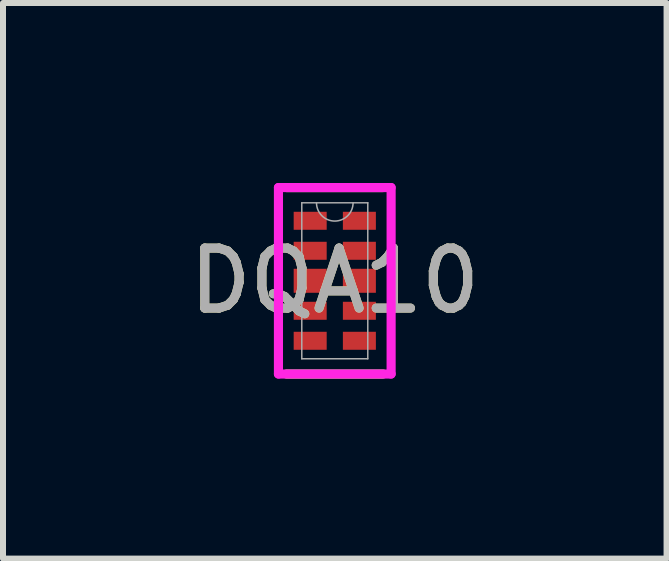
<source format=kicad_pcb>
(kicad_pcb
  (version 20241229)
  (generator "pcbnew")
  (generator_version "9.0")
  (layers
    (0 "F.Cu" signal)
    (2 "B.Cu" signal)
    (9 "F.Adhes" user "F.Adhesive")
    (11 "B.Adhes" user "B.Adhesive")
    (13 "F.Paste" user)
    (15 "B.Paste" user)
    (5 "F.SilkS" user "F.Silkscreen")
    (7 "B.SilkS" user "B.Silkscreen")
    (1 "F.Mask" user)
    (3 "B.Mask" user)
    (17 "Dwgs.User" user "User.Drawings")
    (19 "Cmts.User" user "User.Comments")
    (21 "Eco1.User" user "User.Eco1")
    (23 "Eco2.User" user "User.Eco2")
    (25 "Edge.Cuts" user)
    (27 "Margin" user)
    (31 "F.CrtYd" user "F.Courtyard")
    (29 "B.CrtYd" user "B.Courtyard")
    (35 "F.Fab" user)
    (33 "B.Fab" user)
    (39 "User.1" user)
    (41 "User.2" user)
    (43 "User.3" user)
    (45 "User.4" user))
  (footprint "DQA10"
    (layer "F.Cu")
    (at 2.53 1.63)
    (property "Reference" "DQA10" (at 0 0 0) (unlocked yes) (layer "F.SilkS") (effects (font (size 1 1) (thickness 0.15))))
    (attr smd)
    (fp_poly (pts (xy -0.735 -1.2) (xy -0.735 -0.8) (xy -0.085 -0.8) (xy -0.085 -1.2)) (stroke (width 0) (type solid)) (fill yes) (layer "F.Mask"))
    (fp_poly (pts (xy -0.735 -0.7) (xy -0.735 -0.3) (xy -0.085 -0.3) (xy -0.085 -0.7)) (stroke (width 0) (type solid)) (fill yes) (layer "F.Mask"))
    (fp_poly (pts (xy -0.735 -0.2) (xy -0.735 0.2) (xy -0.085 0.2) (xy -0.085 -0.2)) (stroke (width 0) (type solid)) (fill yes) (layer "F.Mask"))
    (fp_poly (pts (xy -0.735 0.3) (xy -0.735 0.7) (xy -0.085 0.7) (xy -0.085 0.3)) (stroke (width 0) (type solid)) (fill yes) (layer "F.Mask"))
    (fp_poly (pts (xy -0.735 0.8) (xy -0.735 1.2) (xy -0.085 1.2) (xy -0.085 0.8)) (stroke (width 0) (type solid)) (fill yes) (layer "F.Mask"))
    (fp_poly (pts (xy 0.085 -1.2) (xy 0.085 -0.8) (xy 0.735 -0.8) (xy 0.735 -1.2)) (stroke (width 0) (type solid)) (fill yes) (layer "F.Mask"))
    (fp_poly (pts (xy 0.085 -0.7) (xy 0.085 -0.3) (xy 0.735 -0.3) (xy 0.735 -0.7)) (stroke (width 0) (type solid)) (fill yes) (layer "F.Mask"))
    (fp_poly (pts (xy 0.085 -0.2) (xy 0.085 0.2) (xy 0.735 0.2) (xy 0.735 -0.2)) (stroke (width 0) (type solid)) (fill yes) (layer "F.Mask"))
    (fp_poly (pts (xy 0.085 0.3) (xy 0.085 0.7) (xy 0.735 0.7) (xy 0.735 0.3)) (stroke (width 0) (type solid)) (fill yes) (layer "F.Mask"))
    (fp_poly (pts (xy 0.085 0.8) (xy 0.085 1.2) (xy 0.735 1.2) (xy 0.735 0.8)) (stroke (width 0) (type solid)) (fill yes) (layer "F.Mask"))
    (fp_line (start -0.804 1.554) (end 0.804 1.554) (stroke (width 0.152) (type solid)) (layer "F.SilkS"))
    (fp_line (start 0.804 -1.554) (end -0.804 -1.554) (stroke (width 0.152) (type solid)) (layer "F.SilkS"))
    (fp_poly (pts (xy -0.685 -1.15) (xy -0.685 -0.85) (xy -0.135 -0.85) (xy -0.135 -1.15)) (stroke (width 0) (type solid)) (fill yes) (layer "F.Paste"))
    (fp_poly (pts (xy -0.685 -0.65) (xy -0.685 -0.35) (xy -0.135 -0.35) (xy -0.135 -0.65)) (stroke (width 0) (type solid)) (fill yes) (layer "F.Paste"))
    (fp_poly (pts (xy -0.685 -0.15) (xy -0.685 0.15) (xy -0.135 0.15) (xy -0.135 -0.15)) (stroke (width 0) (type solid)) (fill yes) (layer "F.Paste"))
    (fp_poly (pts (xy -0.685 0.35) (xy -0.685 0.65) (xy -0.135 0.65) (xy -0.135 0.35)) (stroke (width 0) (type solid)) (fill yes) (layer "F.Paste"))
    (fp_poly (pts (xy -0.685 0.85) (xy -0.685 1.15) (xy -0.135 1.15) (xy -0.135 0.85)) (stroke (width 0) (type solid)) (fill yes) (layer "F.Paste"))
    (fp_poly (pts (xy 0.135 -1.15) (xy 0.135 -0.85) (xy 0.685 -0.85) (xy 0.685 -1.15)) (stroke (width 0) (type solid)) (fill yes) (layer "F.Paste"))
    (fp_poly (pts (xy 0.135 -0.65) (xy 0.135 -0.35) (xy 0.685 -0.35) (xy 0.685 -0.65)) (stroke (width 0) (type solid)) (fill yes) (layer "F.Paste"))
    (fp_poly (pts (xy 0.135 -0.15) (xy 0.135 0.15) (xy 0.685 0.15) (xy 0.685 -0.15)) (stroke (width 0) (type solid)) (fill yes) (layer "F.Paste"))
    (fp_poly (pts (xy 0.135 0.35) (xy 0.135 0.65) (xy 0.685 0.65) (xy 0.685 0.35)) (stroke (width 0) (type solid)) (fill yes) (layer "F.Paste"))
    (fp_poly (pts (xy 0.135 0.85) (xy 0.135 1.15) (xy 0.685 1.15) (xy 0.685 0.85)) (stroke (width 0) (type solid)) (fill yes) (layer "F.Paste"))
    (fp_line (start -0.939 -1.554) (end 0.939 -1.554) (stroke (width 0.152) (type solid)) (layer "F.CrtYd"))
    (fp_line (start -0.939 1.554) (end -0.939 -1.554) (stroke (width 0.152) (type solid)) (layer "F.CrtYd"))
    (fp_line (start 0.939 -1.554) (end 0.939 1.554) (stroke (width 0.152) (type solid)) (layer "F.CrtYd"))
    (fp_line (start 0.939 1.554) (end -0.939 1.554) (stroke (width 0.152) (type solid)) (layer "F.CrtYd"))
    (fp_line (start -0.55 -1.3) (end -0.55 1.3) (stroke (width 0.025) (type solid)) (layer "F.Fab"))
    (fp_line (start -0.55 1.3) (end 0.55 1.3) (stroke (width 0.025) (type solid)) (layer "F.Fab"))
    (fp_line (start 0.55 -1.3) (end -0.55 -1.3) (stroke (width 0.025) (type solid)) (layer "F.Fab"))
    (fp_line (start 0.55 1.3) (end 0.55 -1.3) (stroke (width 0.025) (type solid)) (layer "F.Fab"))
    (fp_arc (start 0.3048 -1.3) (mid 0 -0.9952) (end -0.3048 -1.3) (stroke (width 0.0254) (type solid)) (layer "F.Fab"))
    (fp_text user "${REFERENCE}" (at 0 0 0) (unlocked yes) (layer "F.Fab") (effects (font (size 1 1) (thickness 0.15))))
    (pad "1" smd rect (at -0.41 -1) (size 0.55 0.3) (layers "F.Cu" "F.Mask"))
    (pad "2" smd rect (at -0.41 -0.5) (size 0.55 0.3) (layers "F.Cu" "F.Mask"))
    (pad "3" smd rect (at -0.41 0) (size 0.55 0.4) (layers "F.Cu" "F.Mask" "F.Paste"))
    (pad "4" smd rect (at -0.41 0.5) (size 0.55 0.3) (layers "F.Cu" "F.Mask"))
    (pad "5" smd rect (at -0.41 1) (size 0.55 0.3) (layers "F.Cu" "F.Mask"))
    (pad "6" smd rect (at 0.41 1) (size 0.55 0.3) (layers "F.Cu" "F.Mask"))
    (pad "7" smd rect (at 0.41 0.5) (size 0.55 0.3) (layers "F.Cu" "F.Mask"))
    (pad "8" smd rect (at 0.41 0) (size 0.55 0.4) (layers "F.Cu" "F.Mask" "F.Paste"))
    (pad "9" smd rect (at 0.41 -0.5) (size 0.55 0.3) (layers "F.Cu" "F.Mask"))
    (pad "10" smd rect (at 0.41 -1) (size 0.55 0.3) (layers "F.Cu" "F.Mask")))
  (gr_rect
    (start -3 -3)
    (end 8.06 6.26)
    (stroke (width 0.1) (type default))
    (fill no)
    (layer "Edge.Cuts")))
</source>
